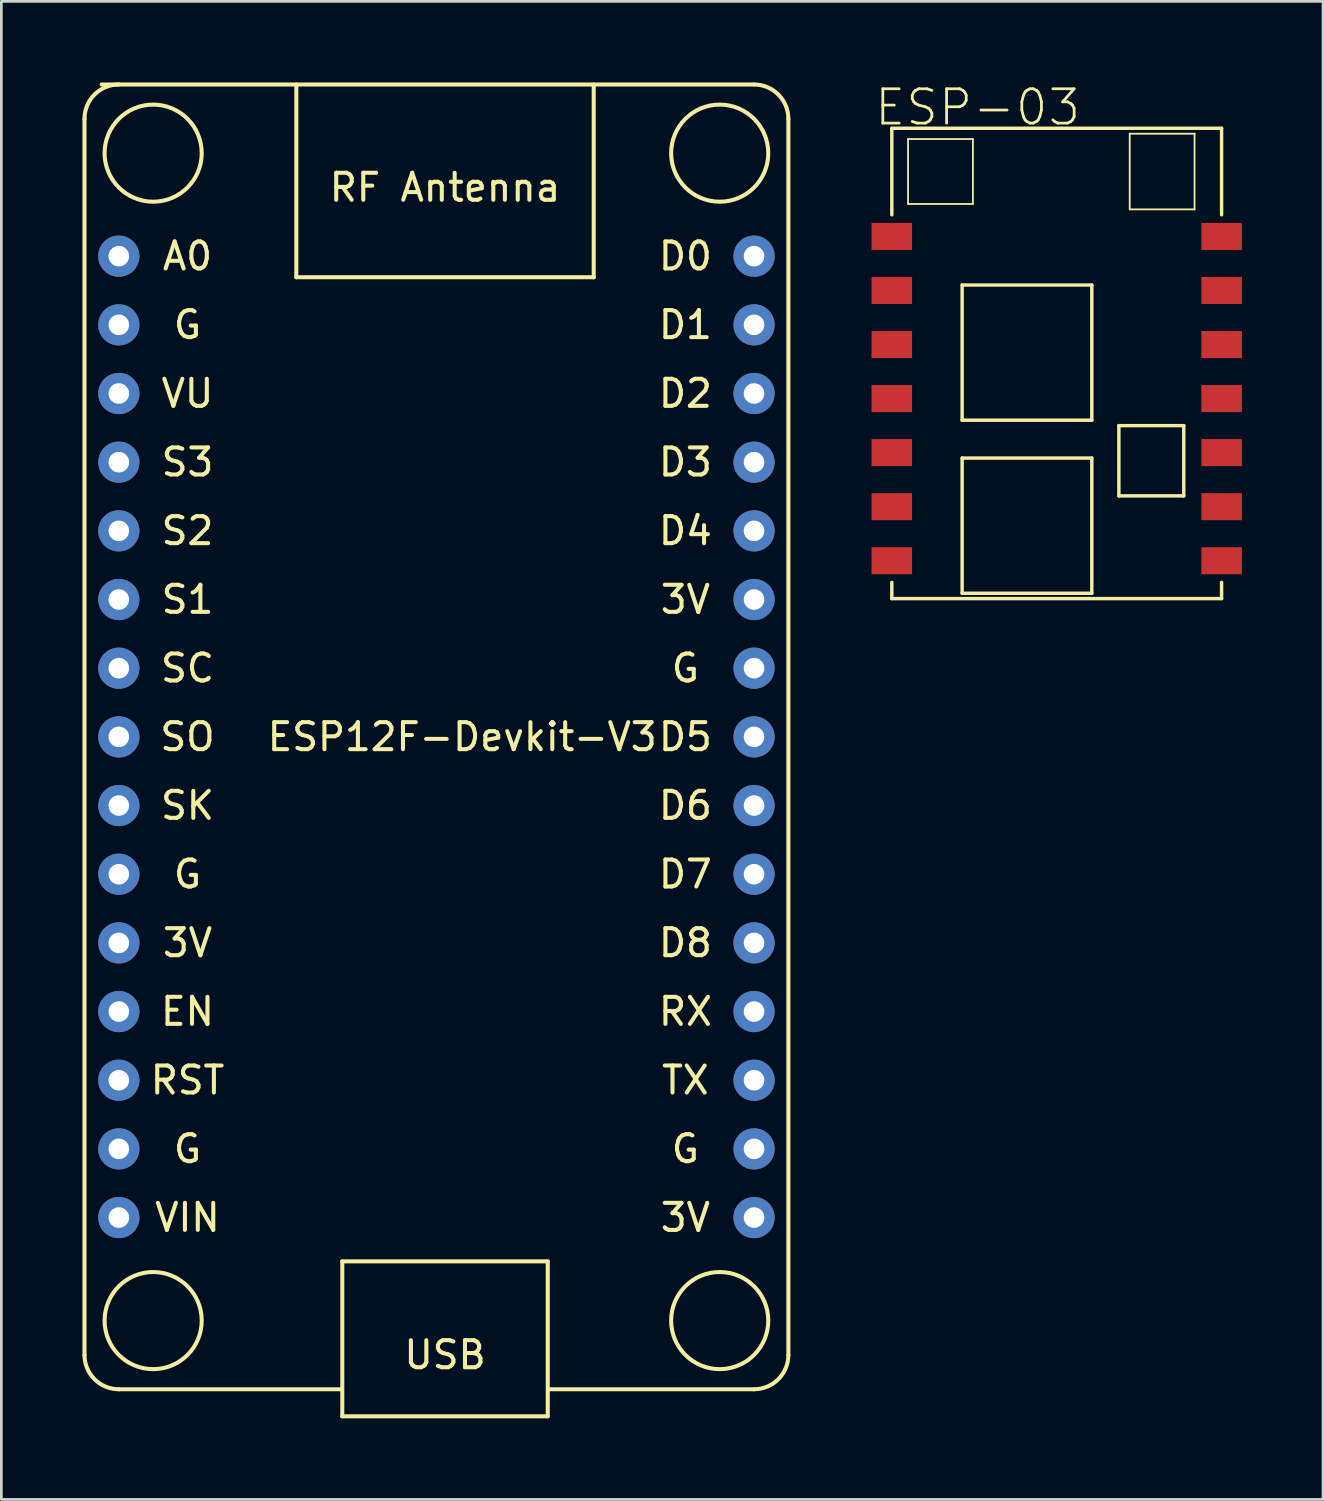
<source format=kicad_pcb>
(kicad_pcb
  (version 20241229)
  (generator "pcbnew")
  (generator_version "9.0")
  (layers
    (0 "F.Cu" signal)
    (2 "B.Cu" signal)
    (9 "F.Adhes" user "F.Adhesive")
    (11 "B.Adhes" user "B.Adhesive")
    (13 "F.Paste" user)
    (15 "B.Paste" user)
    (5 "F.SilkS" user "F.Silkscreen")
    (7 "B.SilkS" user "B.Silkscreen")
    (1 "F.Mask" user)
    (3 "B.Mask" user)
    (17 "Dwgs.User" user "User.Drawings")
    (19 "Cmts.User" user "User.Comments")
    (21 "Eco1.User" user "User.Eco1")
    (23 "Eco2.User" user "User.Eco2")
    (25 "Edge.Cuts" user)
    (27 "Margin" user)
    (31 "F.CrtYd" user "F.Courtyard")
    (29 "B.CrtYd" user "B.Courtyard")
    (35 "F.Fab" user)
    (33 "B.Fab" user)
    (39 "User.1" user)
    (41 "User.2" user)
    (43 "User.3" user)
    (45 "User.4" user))
  (footprint "ESP-03"
    (layer "F.Cu")
    (at 29.935 5.493)
    (property "Reference" "ESP-03" (at 3.176 -4.572 0) (layer "F.SilkS") (effects (font (size 1.27 1.27) (thickness 0.102))))
    (attr smd)
    (fp_line (start 0.001 -3.799) (end 0.001 -0.598) (stroke (width 0.127) (type solid)) (layer "F.SilkS"))
    (fp_line (start 0.001 -3.799) (end 12.198 -3.799) (stroke (width 0.127) (type solid)) (layer "F.SilkS"))
    (fp_line (start 0.001 12.998) (end 0.001 13.598) (stroke (width 0.127) (type solid)) (layer "F.SilkS"))
    (fp_line (start 0.001 13.598) (end 12.198 13.598) (stroke (width 0.127) (type solid)) (layer "F.SilkS"))
    (fp_line (start 0.601 -3.4) (end 3.001 -3.4) (stroke (width 0.066) (type solid)) (layer "F.SilkS"))
    (fp_line (start 0.601 -0.999) (end 0.601 -3.4) (stroke (width 0.066) (type solid)) (layer "F.SilkS"))
    (fp_line (start 0.601 -0.999) (end 3.001 -0.999) (stroke (width 0.066) (type solid)) (layer "F.SilkS"))
    (fp_line (start 2.602 2) (end 2.602 6.999) (stroke (width 0.127) (type solid)) (layer "F.SilkS"))
    (fp_line (start 2.602 6.999) (end 7.398 6.999) (stroke (width 0.127) (type solid)) (layer "F.SilkS"))
    (fp_line (start 2.602 8.399) (end 2.602 13.4) (stroke (width 0.127) (type solid)) (layer "F.SilkS"))
    (fp_line (start 2.602 13.4) (end 7.398 13.4) (stroke (width 0.127) (type solid)) (layer "F.SilkS"))
    (fp_line (start 3.001 -0.999) (end 3.001 -3.4) (stroke (width 0.066) (type solid)) (layer "F.SilkS"))
    (fp_line (start 7.398 2) (end 2.602 2) (stroke (width 0.127) (type solid)) (layer "F.SilkS"))
    (fp_line (start 7.398 6.999) (end 7.398 2) (stroke (width 0.127) (type solid)) (layer "F.SilkS"))
    (fp_line (start 7.398 8.399) (end 2.602 8.399) (stroke (width 0.127) (type solid)) (layer "F.SilkS"))
    (fp_line (start 7.398 13.4) (end 7.398 8.399) (stroke (width 0.127) (type solid)) (layer "F.SilkS"))
    (fp_line (start 8.399 7.2) (end 8.399 9.798) (stroke (width 0.127) (type solid)) (layer "F.SilkS"))
    (fp_line (start 8.399 9.798) (end 10.799 9.798) (stroke (width 0.127) (type solid)) (layer "F.SilkS"))
    (fp_line (start 8.8 -3.598) (end 11.198 -3.598) (stroke (width 0.066) (type solid)) (layer "F.SilkS"))
    (fp_line (start 8.8 -0.799) (end 8.8 -3.598) (stroke (width 0.066) (type solid)) (layer "F.SilkS"))
    (fp_line (start 8.8 -0.799) (end 11.198 -0.799) (stroke (width 0.066) (type solid)) (layer "F.SilkS"))
    (fp_line (start 10.799 7.2) (end 8.399 7.2) (stroke (width 0.127) (type solid)) (layer "F.SilkS"))
    (fp_line (start 10.799 9.798) (end 10.799 7.2) (stroke (width 0.127) (type solid)) (layer "F.SilkS"))
    (fp_line (start 11.198 -0.799) (end 11.198 -3.598) (stroke (width 0.066) (type solid)) (layer "F.SilkS"))
    (fp_line (start 12.198 -3.799) (end 12.198 -0.598) (stroke (width 0.127) (type solid)) (layer "F.SilkS"))
    (fp_line (start 12.198 12.998) (end 12.198 13.598) (stroke (width 0.127) (type solid)) (layer "F.SilkS"))
    (pad "1" smd rect (at 12.2 12.198) (size 1.5 1) (layers "F.Cu" "F.Mask" "F.Paste"))
    (pad "2" smd rect (at 12.2 10.199) (size 1.5 1) (layers "F.Cu" "F.Mask" "F.Paste"))
    (pad "3" smd rect (at 12.2 8.198) (size 1.5 1) (layers "F.Cu" "F.Mask" "F.Paste"))
    (pad "4" smd rect (at 12.2 6.199) (size 1.5 1) (layers "F.Cu" "F.Mask" "F.Paste"))
    (pad "5" smd rect (at 12.2 4.202) (size 1.5 1) (layers "F.Cu" "F.Mask" "F.Paste"))
    (pad "6" smd rect (at 12.2 2.201) (size 1.5 1) (layers "F.Cu" "F.Mask" "F.Paste"))
    (pad "7" smd rect (at 12.2 0.202) (size 1.5 1) (layers "F.Cu" "F.Mask" "F.Paste"))
    (pad "8" smd rect (at 0 0.202) (size 1.5 1) (layers "F.Cu" "F.Mask" "F.Paste"))
    (pad "9" smd rect (at 0 2.201) (size 1.5 1) (layers "F.Cu" "F.Mask" "F.Paste"))
    (pad "10" smd rect (at 0 4.202) (size 1.5 1) (layers "F.Cu" "F.Mask" "F.Paste"))
    (pad "11" smd rect (at 0 6.199) (size 1.5 1) (layers "F.Cu" "F.Mask" "F.Paste"))
    (pad "12" smd rect (at 0 8.198) (size 1.5 1) (layers "F.Cu" "F.Mask" "F.Paste"))
    (pad "13" smd rect (at 0 10.199) (size 1.5 1) (layers "F.Cu" "F.Mask" "F.Paste"))
    (pad "14" smd rect (at 0 12.198) (size 1.5 1) (layers "F.Cu" "F.Mask" "F.Paste")))
  (footprint "ESP12F-Devkit-V3"
    (layer "F.Cu")
    (at 13.41 25.475)
    (property "Reference" "ESP12F-Devkit-V3" (at 0.635 -1.27 0) (layer "F.SilkS") (effects (font (size 1 1) (thickness 0.15))))
    (attr through_hole)
    (fp_line (start -13.335 -24.13) (end -13.335 21.59) (stroke (width 0.15) (type solid)) (layer "F.SilkS"))
    (fp_line (start -5.5 -18.27) (end -5.5 -25.4) (stroke (width 0.15) (type solid)) (layer "F.SilkS"))
    (fp_line (start -3.81 22.86) (end -12.065 22.86) (stroke (width 0.15) (type solid)) (layer "F.SilkS"))
    (fp_line (start -3.8 18.13) (end 3.8 18.13) (stroke (width 0.15) (type solid)) (layer "F.SilkS"))
    (fp_line (start -3.8 23.86) (end -3.8 18.13) (stroke (width 0.15) (type solid)) (layer "F.SilkS"))
    (fp_line (start 3.8 18.13) (end 3.8 23.86) (stroke (width 0.15) (type solid)) (layer "F.SilkS"))
    (fp_line (start 3.8 23.86) (end -3.8 23.86) (stroke (width 0.15) (type solid)) (layer "F.SilkS"))
    (fp_line (start 5.5 -25.4) (end 5.5 -18.27) (stroke (width 0.15) (type solid)) (layer "F.SilkS"))
    (fp_line (start 5.5 -18.27) (end -5.5 -18.27) (stroke (width 0.15) (type solid)) (layer "F.SilkS"))
    (fp_line (start 11.43 -25.4) (end -12.7 -25.4) (stroke (width 0.15) (type solid)) (layer "F.SilkS"))
    (fp_line (start 11.43 22.86) (end 3.81 22.86) (stroke (width 0.15) (type solid)) (layer "F.SilkS"))
    (fp_line (start 12.7 -24.13) (end 12.7 21.59) (stroke (width 0.15) (type solid)) (layer "F.SilkS"))
    (fp_arc (start -13.335 -24.13) (mid -12.963026 -25.028026) (end -12.065 -25.4) (stroke (width 0.15) (type solid)) (layer "F.SilkS"))
    (fp_arc (start -12.065 22.86) (mid -12.963026 22.488026) (end -13.335 21.59) (stroke (width 0.15) (type solid)) (layer "F.SilkS"))
    (fp_arc (start 11.43 -25.4) (mid 12.328026 -25.028026) (end 12.7 -24.13) (stroke (width 0.15) (type solid)) (layer "F.SilkS"))
    (fp_arc (start 12.7 21.59) (mid 12.328026 22.488026) (end 11.43 22.86) (stroke (width 0.15) (type solid)) (layer "F.SilkS"))
    (fp_circle (center -10.795 -22.86) (end -9.525 -24.13) (stroke (width 0.15) (type solid)) (fill no) (layer "F.SilkS"))
    (fp_circle (center -10.795 20.32) (end -9.525 19.05) (stroke (width 0.15) (type solid)) (fill no) (layer "F.SilkS"))
    (fp_circle (center 10.16 -22.86) (end 11.43 -24.13) (stroke (width 0.15) (type solid)) (fill no) (layer "F.SilkS"))
    (fp_circle (center 10.16 20.32) (end 11.43 19.05) (stroke (width 0.15) (type solid)) (fill no) (layer "F.SilkS"))
    (fp_text user "G" (at 8.89 13.97 0) (layer "F.SilkS") (effects (font (size 1 1) (thickness 0.15))))
    (fp_text user "G" (at 8.89 -3.81 0) (layer "F.SilkS") (effects (font (size 1 1) (thickness 0.15))))
    (fp_text user "RF Antenna" (at 0 -21.59 0) (layer "F.SilkS") (effects (font (size 1 1) (thickness 0.15))))
    (fp_text user "USB" (at 0 21.59 0) (layer "F.SilkS") (effects (font (size 1 1) (thickness 0.15))))
    (fp_text user "VU" (at -9.525 -13.97 0) (layer "F.SilkS") (effects (font (size 1 1) (thickness 0.15))))
    (fp_text user "SK" (at -9.525 1.27 0) (layer "F.SilkS") (effects (font (size 1 1) (thickness 0.15))))
    (fp_text user "D6" (at 8.89 1.27 0) (layer "F.SilkS") (effects (font (size 1 1) (thickness 0.15))))
    (fp_text user "S1" (at -9.525 -6.35 0) (layer "F.SilkS") (effects (font (size 1 1) (thickness 0.15))))
    (fp_text user "D8" (at 8.89 6.35 0) (layer "F.SilkS") (effects (font (size 1 1) (thickness 0.15))))
    (fp_text user "S2" (at -9.525 -8.89 0) (layer "F.SilkS") (effects (font (size 1 1) (thickness 0.15))))
    (fp_text user "3V" (at 8.89 16.51 0) (layer "F.SilkS") (effects (font (size 1 1) (thickness 0.15))))
    (fp_text user "D7" (at 8.89 3.81 0) (layer "F.SilkS") (effects (font (size 1 1) (thickness 0.15))))
    (fp_text user "D4" (at 8.89 -8.89 0) (layer "F.SilkS") (effects (font (size 1 1) (thickness 0.15))))
    (fp_text user "G" (at -9.525 3.81 0) (layer "F.SilkS") (effects (font (size 1 1) (thickness 0.15))))
    (fp_text user "A0" (at -9.525 -19.05 0) (layer "F.SilkS") (effects (font (size 1 1) (thickness 0.15))))
    (fp_text user "D1" (at 8.89 -16.51 0) (layer "F.SilkS") (effects (font (size 1 1) (thickness 0.15))))
    (fp_text user "SO" (at -9.525 -1.27 0) (layer "F.SilkS") (effects (font (size 1 1) (thickness 0.15))))
    (fp_text user "VIN" (at -9.525 16.51 0) (layer "F.SilkS") (effects (font (size 1 1) (thickness 0.15))))
    (fp_text user "EN" (at -9.525 8.89 0) (layer "F.SilkS") (effects (font (size 1 1) (thickness 0.15))))
    (fp_text user "RST" (at -9.525 11.43 0) (layer "F.SilkS") (effects (font (size 1 1) (thickness 0.15))))
    (fp_text user "TX" (at 8.89 11.43 0) (layer "F.SilkS") (effects (font (size 1 1) (thickness 0.15))))
    (fp_text user "D0" (at 8.89 -19.05 0) (layer "F.SilkS") (effects (font (size 1 1) (thickness 0.15))))
    (fp_text user "3V" (at -9.525 6.35 0) (layer "F.SilkS") (effects (font (size 1 1) (thickness 0.15))))
    (fp_text user "3V" (at 8.89 -6.35 0) (layer "F.SilkS") (effects (font (size 1 1) (thickness 0.15))))
    (fp_text user "RX" (at 8.89 8.89 0) (layer "F.SilkS") (effects (font (size 1 1) (thickness 0.15))))
    (fp_text user "S3" (at -9.525 -11.43 0) (layer "F.SilkS") (effects (font (size 1 1) (thickness 0.15))))
    (fp_text user "D3" (at 8.89 -11.43 0) (layer "F.SilkS") (effects (font (size 1 1) (thickness 0.15))))
    (fp_text user "D5" (at 8.89 -1.27 0) (layer "F.SilkS") (effects (font (size 1 1) (thickness 0.15))))
    (fp_text user "SC" (at -9.525 -3.81 0) (layer "F.SilkS") (effects (font (size 1 1) (thickness 0.15))))
    (fp_text user "D2" (at 8.89 -13.97 0) (layer "F.SilkS") (effects (font (size 1 1) (thickness 0.15))))
    (fp_text user "G" (at -9.525 13.97 0) (layer "F.SilkS") (effects (font (size 1 1) (thickness 0.15))))
    (fp_text user "G" (at -9.525 -16.51 0) (layer "F.SilkS") (effects (font (size 1 1) (thickness 0.15))))
    (pad "1" thru_hole circle (at -12.065 -19.05) (size 1.524 1.524) (drill 0.762) (layers "*.Cu" "*.Mask"))
    (pad "2" thru_hole circle (at -12.065 -16.51) (size 1.524 1.524) (drill 0.762) (layers "*.Cu" "*.Mask"))
    (pad "3" thru_hole circle (at -12.065 -13.97) (size 1.524 1.524) (drill 0.762) (layers "*.Cu" "*.Mask"))
    (pad "4" thru_hole circle (at -12.065 -11.43) (size 1.524 1.524) (drill 0.762) (layers "*.Cu" "*.Mask"))
    (pad "5" thru_hole circle (at -12.065 -8.89) (size 1.524 1.524) (drill 0.762) (layers "*.Cu" "*.Mask"))
    (pad "6" thru_hole circle (at -12.065 -6.35) (size 1.524 1.524) (drill 0.762) (layers "*.Cu" "*.Mask"))
    (pad "7" thru_hole circle (at -12.065 -3.81) (size 1.524 1.524) (drill 0.762) (layers "*.Cu" "*.Mask"))
    (pad "8" thru_hole circle (at -12.065 -1.27) (size 1.524 1.524) (drill 0.762) (layers "*.Cu" "*.Mask"))
    (pad "9" thru_hole circle (at -12.065 1.27) (size 1.524 1.524) (drill 0.762) (layers "*.Cu" "*.Mask"))
    (pad "10" thru_hole circle (at -12.065 3.81) (size 1.524 1.524) (drill 0.762) (layers "*.Cu" "*.Mask"))
    (pad "11" thru_hole circle (at -12.065 6.35) (size 1.524 1.524) (drill 0.762) (layers "*.Cu" "*.Mask"))
    (pad "12" thru_hole circle (at -12.065 8.89) (size 1.524 1.524) (drill 0.762) (layers "*.Cu" "*.Mask"))
    (pad "13" thru_hole circle (at -12.065 11.43) (size 1.524 1.524) (drill 0.762) (layers "*.Cu" "*.Mask"))
    (pad "14" thru_hole circle (at -12.065 13.97) (size 1.524 1.524) (drill 0.762) (layers "*.Cu" "*.Mask"))
    (pad "15" thru_hole circle (at -12.065 16.51) (size 1.524 1.524) (drill 0.762) (layers "*.Cu" "*.Mask"))
    (pad "16" thru_hole circle (at 11.43 16.51) (size 1.524 1.524) (drill 0.762) (layers "*.Cu" "*.Mask"))
    (pad "17" thru_hole circle (at 11.43 13.97) (size 1.524 1.524) (drill 0.762) (layers "*.Cu" "*.Mask"))
    (pad "18" thru_hole circle (at 11.43 11.43) (size 1.524 1.524) (drill 0.762) (layers "*.Cu" "*.Mask"))
    (pad "19" thru_hole circle (at 11.43 8.89) (size 1.524 1.524) (drill 0.762) (layers "*.Cu" "*.Mask"))
    (pad "20" thru_hole circle (at 11.43 6.35) (size 1.524 1.524) (drill 0.762) (layers "*.Cu" "*.Mask"))
    (pad "21" thru_hole circle (at 11.43 3.81) (size 1.524 1.524) (drill 0.762) (layers "*.Cu" "*.Mask"))
    (pad "22" thru_hole circle (at 11.43 1.27) (size 1.524 1.524) (drill 0.762) (layers "*.Cu" "*.Mask"))
    (pad "23" thru_hole circle (at 11.43 -1.27) (size 1.524 1.524) (drill 0.762) (layers "*.Cu" "*.Mask"))
    (pad "24" thru_hole circle (at 11.43 -3.81) (size 1.524 1.524) (drill 0.762) (layers "*.Cu" "*.Mask"))
    (pad "25" thru_hole circle (at 11.43 -6.35) (size 1.524 1.524) (drill 0.762) (layers "*.Cu" "*.Mask"))
    (pad "26" thru_hole circle (at 11.43 -8.89) (size 1.524 1.524) (drill 0.762) (layers "*.Cu" "*.Mask"))
    (pad "27" thru_hole circle (at 11.43 -11.43) (size 1.524 1.524) (drill 0.762) (layers "*.Cu" "*.Mask"))
    (pad "28" thru_hole circle (at 11.43 -13.97) (size 1.524 1.524) (drill 0.762) (layers "*.Cu" "*.Mask"))
    (pad "29" thru_hole circle (at 11.43 -16.51) (size 1.524 1.524) (drill 0.762) (layers "*.Cu" "*.Mask"))
    (pad "30" thru_hole circle (at 11.43 -19.05) (size 1.524 1.524) (drill 0.762) (layers "*.Cu" "*.Mask")))
  (gr_rect
    (start -3 -3)
    (end 45.885 52.41)
    (stroke (width 0.1) (type default))
    (fill no)
    (layer "Edge.Cuts")))
</source>
